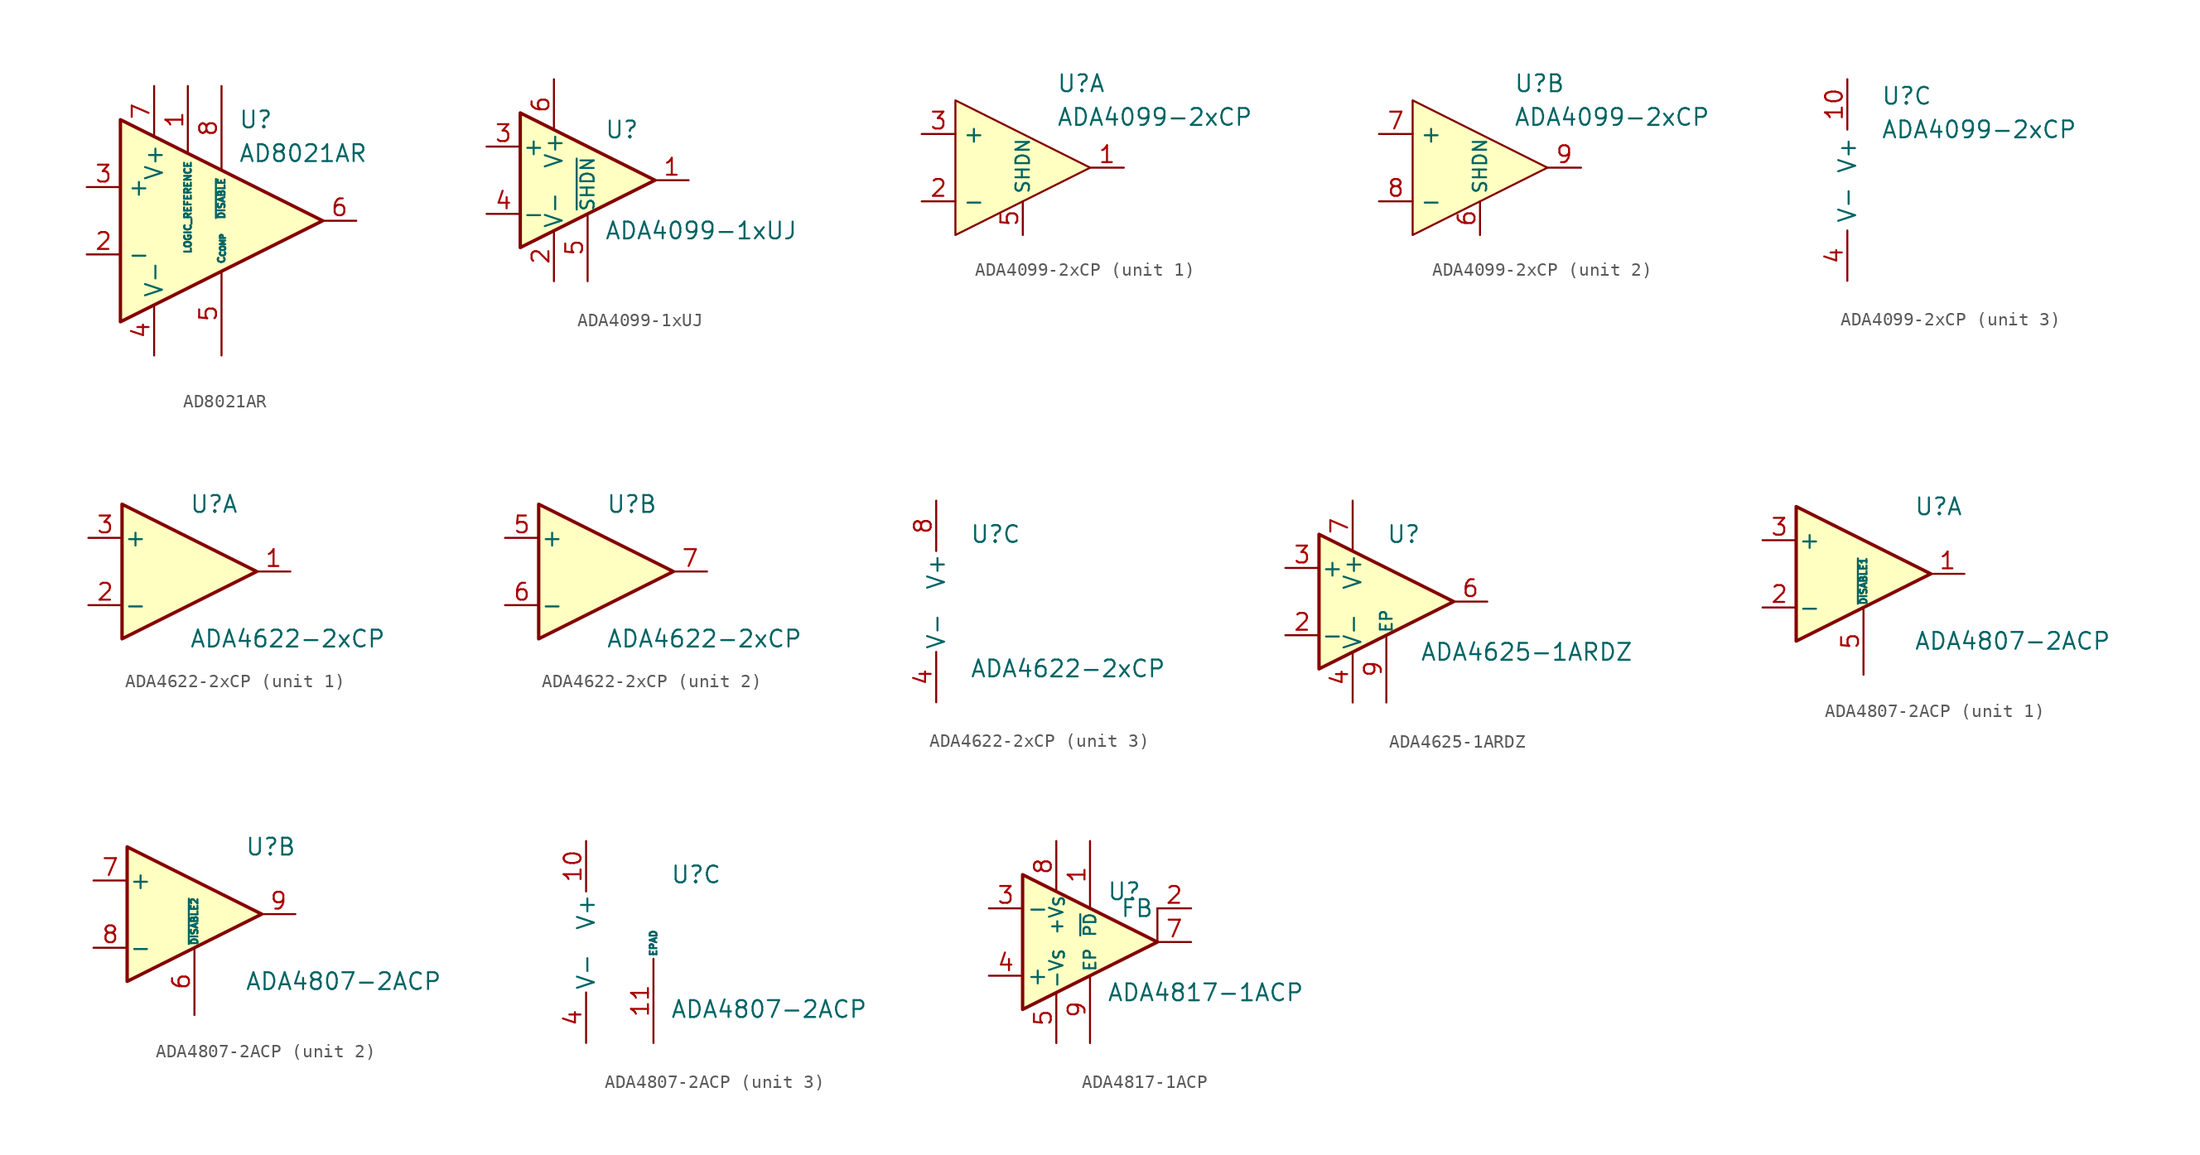
<source format=kicad_sym>
(kicad_symbol_lib
  (version 20231120)
  (generator "kicad_symbol_editor")
  (generator_version "8.0")
  (symbol "AD8021AR"
    (property "Reference" "U"
      (at 1.27 7.62 0)
      (effects (font (size 1.27 1.27)) (justify left)))
    (property "Value" "AD8021AR"
      (at 1.27 5.08 0)
      (effects (font (size 1.27 1.27)) (justify left)))
    (symbol "AD8021AR_0_1"
      (polyline (pts (xy -7.62 7.62) (xy 7.62 0) (xy -7.62 -7.62) (xy -7.62 7.62)) (stroke (width 0.254) (type default)) (fill (type background))))
    (symbol "AD8021AR_1_1"
      (pin input line (at -2.54 10.16 270) (length 5.08) (name "LOGIC_REFERENCE" (effects (font (size 0.508 0.508)))) (number "1" (effects (font (size 1.27 1.27)))))
      (pin input line (at -10.16 -2.54 0) (length 2.54) (name "-" (effects (font (size 1.27 1.27)))) (number "2" (effects (font (size 1.27 1.27)))))
      (pin input line (at -10.16 2.54 0) (length 2.54) (name "+" (effects (font (size 1.27 1.27)))) (number "3" (effects (font (size 1.27 1.27)))))
      (pin power_in line (at -5.08 -10.16 90) (length 3.81) (name "V-" (effects (font (size 1.27 1.27)))) (number "4" (effects (font (size 1.27 1.27)))))
      (pin passive line (at 0 -10.16 90) (length 6.35) (name "C_{COMP}" (effects (font (size 0.508 0.508)))) (number "5" (effects (font (size 1.27 1.27)))))
      (pin output line (at 10.16 0 180) (length 2.54) (name "~" (effects (font (size 1.27 1.27)))) (number "6" (effects (font (size 1.27 1.27)))))
      (pin power_in line (at -5.08 10.16 270) (length 3.81) (name "V+" (effects (font (size 1.27 1.27)))) (number "7" (effects (font (size 1.27 1.27)))))
      (pin input line (at 0 10.16 270) (length 6.35) (name "~{DISABLE}" (effects (font (size 0.508 0.508)))) (number "8" (effects (font (size 1.27 1.27)))))))
  (symbol "ADA4099-1xUJ"
    (pin_names
      (offset 0.127))
    (property "Reference" "U"
      (at 1.27 3.81 0)
      (effects (font (size 1.27 1.27)) (justify left)))
    (property "Value" "ADA4099-1xUJ"
      (at 1.27 -3.81 0)
      (effects (font (size 1.27 1.27)) (justify left)))
    (symbol "ADA4099-1xUJ_0_1"
      (polyline (pts (xy -5.08 5.08) (xy 5.08 0) (xy -5.08 -5.08) (xy -5.08 5.08)) (stroke (width 0.254) (type default)) (fill (type background))))
    (symbol "ADA4099-1xUJ_1_1"
      (pin output line (at 7.62 0 180) (length 2.54) (name "~" (effects (font (size 1.27 1.27)))) (number "1" (effects (font (size 1.27 1.27)))))
      (pin power_in line (at -2.54 -7.62 90) (length 3.81) (name "V-" (effects (font (size 1.27 1.27)))) (number "2" (effects (font (size 1.27 1.27)))))
      (pin input line (at -7.62 2.54 0) (length 2.54) (name "+" (effects (font (size 1.27 1.27)))) (number "3" (effects (font (size 1.27 1.27)))))
      (pin input line (at -7.62 -2.54 0) (length 2.54) (name "-" (effects (font (size 1.27 1.27)))) (number "4" (effects (font (size 1.27 1.27)))))
      (pin input line (at 0 -7.62 90) (length 5.08) (name "~{SHDN}" (effects (font (size 1 1)))) (number "5" (effects (font (size 1.27 1.27)))))
      (pin power_in line (at -2.54 7.62 270) (length 3.81) (name "V+" (effects (font (size 1.27 1.27)))) (number "6" (effects (font (size 1.27 1.27)))))))
  (symbol "ADA4099-2xCP"
    (property "Reference" "U"
      (at 2.54 6.35 0)
      (effects (font (size 1.27 1.27)) (justify left)))
    (property "Value" "ADA4099-2xCP"
      (at 2.54 3.81 0)
      (effects (font (size 1.27 1.27)) (justify left)))
    (symbol "ADA4099-2xCP_1_1"
      (polyline (pts (xy -5.08 5.08) (xy 5.08 0) (xy -5.08 -5.08) (xy -5.08 5.08)) (stroke (width 0) (type default)) (fill (type background)))
      (pin output line (at 7.62 0 180) (length 2.54) (name "~" (effects (font (size 1.27 1.27)))) (number "1" (effects (font (size 1.27 1.27)))))
      (pin input line (at -7.62 -2.54 0) (length 2.54) (name "-" (effects (font (size 1.27 1.27)))) (number "2" (effects (font (size 1.27 1.27)))))
      (pin input line (at -7.62 2.54 0) (length 2.54) (name "+" (effects (font (size 1.27 1.27)))) (number "3" (effects (font (size 1.27 1.27)))))
      (pin input line (at 0 -5.08 90) (length 2.54) (name "SHDN" (effects (font (size 1.016 1.016)))) (number "5" (effects (font (size 1.27 1.27))))))
    (symbol "ADA4099-2xCP_2_1"
      (polyline (pts (xy -5.08 5.08) (xy 5.08 0) (xy -5.08 -5.08) (xy -5.08 5.08)) (stroke (width 0) (type default)) (fill (type background)))
      (pin input line (at 0 -5.08 90) (length 2.54) (name "SHDN" (effects (font (size 1.016 1.016)))) (number "6" (effects (font (size 1.27 1.27)))))
      (pin input line (at -7.62 2.54 0) (length 2.54) (name "+" (effects (font (size 1.27 1.27)))) (number "7" (effects (font (size 1.27 1.27)))))
      (pin input line (at -7.62 -2.54 0) (length 2.54) (name "-" (effects (font (size 1.27 1.27)))) (number "8" (effects (font (size 1.27 1.27)))))
      (pin output line (at 7.62 0 180) (length 2.54) (name "~" (effects (font (size 1.27 1.27)))) (number "9" (effects (font (size 1.27 1.27))))))
    (symbol "ADA4099-2xCP_3_1"
      (pin power_in line (at 0 7.62 270) (length 3.81) (name "V+" (effects (font (size 1.27 1.27)))) (number "10" (effects (font (size 1.27 1.27)))))
      (pin passive line (at 0 -7.62 90) (length 3.81) hide (name "V-" (effects (font (size 1.27 1.27)))) (number "11" (effects (font (size 1.27 1.27)))))
      (pin power_in line (at 0 -7.62 90) (length 3.81) (name "V-" (effects (font (size 1.27 1.27)))) (number "4" (effects (font (size 1.27 1.27)))))))
  (symbol "ADA4622-2xCP"
    (pin_names
      (offset 0.127))
    (property "Reference" "U"
      (at 0 5.08 0)
      (effects (font (size 1.27 1.27)) (justify left)))
    (property "Value" "ADA4622-2xCP"
      (at 0 -5.08 0)
      (effects (font (size 1.27 1.27)) (justify left)))
    (property "ki_locked" ""
      (at 0 0 0)
      (effects (font (size 1.27 1.27))))
    (symbol "ADA4622-2xCP_1_1"
      (polyline (pts (xy -5.08 5.08) (xy 5.08 0) (xy -5.08 -5.08) (xy -5.08 5.08)) (stroke (width 0.254) (type default)) (fill (type background)))
      (pin output line (at 7.62 0 180) (length 2.54) (name "~" (effects (font (size 1.27 1.27)))) (number "1" (effects (font (size 1.27 1.27)))))
      (pin input line (at -7.62 -2.54 0) (length 2.54) (name "-" (effects (font (size 1.27 1.27)))) (number "2" (effects (font (size 1.27 1.27)))))
      (pin input line (at -7.62 2.54 0) (length 2.54) (name "+" (effects (font (size 1.27 1.27)))) (number "3" (effects (font (size 1.27 1.27))))))
    (symbol "ADA4622-2xCP_2_1"
      (polyline (pts (xy -5.08 5.08) (xy 5.08 0) (xy -5.08 -5.08) (xy -5.08 5.08)) (stroke (width 0.254) (type default)) (fill (type background)))
      (pin input line (at -7.62 2.54 0) (length 2.54) (name "+" (effects (font (size 1.27 1.27)))) (number "5" (effects (font (size 1.27 1.27)))))
      (pin input line (at -7.62 -2.54 0) (length 2.54) (name "-" (effects (font (size 1.27 1.27)))) (number "6" (effects (font (size 1.27 1.27)))))
      (pin output line (at 7.62 0 180) (length 2.54) (name "~" (effects (font (size 1.27 1.27)))) (number "7" (effects (font (size 1.27 1.27))))))
    (symbol "ADA4622-2xCP_3_1"
      (pin power_in line (at -2.54 -7.62 90) (length 3.81) (name "V-" (effects (font (size 1.27 1.27)))) (number "4" (effects (font (size 1.27 1.27)))))
      (pin power_in line (at -2.54 7.62 270) (length 3.81) (name "V+" (effects (font (size 1.27 1.27)))) (number "8" (effects (font (size 1.27 1.27)))))
      (pin passive line (at -2.54 7.62 270) (length 3.81) hide (name "V+" (effects (font (size 1.27 1.27)))) (number "9" (effects (font (size 1.27 1.27)))))))
  (symbol "ADA4625-1ARDZ"
    (pin_names
      (offset 0.127))
    (property "Reference" "U"
      (at 0 5.08 0)
      (effects (font (size 1.27 1.27)) (justify left)))
    (property "Value" "ADA4625-1ARDZ"
      (at 2.54 -3.81 0)
      (effects (font (size 1.27 1.27)) (justify left)))
    (symbol "ADA4625-1ARDZ_0_1"
      (polyline (pts (xy -5.08 5.08) (xy 5.08 0) (xy -5.08 -5.08) (xy -5.08 5.08)) (stroke (width 0.254) (type solid)) (fill (type background)))
      (pin power_in line (at -2.54 -7.62 90) (length 3.81) (name "V-" (effects (font (size 1.27 1.27)))) (number "4" (effects (font (size 1.27 1.27)))))
      (pin power_in line (at -2.54 7.62 270) (length 3.81) (name "V+" (effects (font (size 1.27 1.27)))) (number "7" (effects (font (size 1.27 1.27))))))
    (symbol "ADA4625-1ARDZ_1_1"
      (pin no_connect line (at -5.08 -2.54 90) (length 2.54) hide (name "NC" (effects (font (size 1.27 1.27)))) (number "1" (effects (font (size 1.27 1.27)))))
      (pin input line (at -7.62 -2.54 0) (length 2.54) (name "-" (effects (font (size 1.27 1.27)))) (number "2" (effects (font (size 1.27 1.27)))))
      (pin input line (at -7.62 2.54 0) (length 2.54) (name "+" (effects (font (size 1.27 1.27)))) (number "3" (effects (font (size 1.27 1.27)))))
      (pin no_connect line (at -2.54 -2.54 90) (length 2.54) hide (name "NC" (effects (font (size 1.27 1.27)))) (number "5" (effects (font (size 1.27 1.27)))))
      (pin output line (at 7.62 0 180) (length 2.54) (name "~" (effects (font (size 1.27 1.27)))) (number "6" (effects (font (size 1.27 1.27)))))
      (pin no_connect line (at 0 -2.54 90) (length 2.54) hide (name "NC" (effects (font (size 1.27 1.27)))) (number "8" (effects (font (size 1.27 1.27)))))
      (pin passive line (at 0 -7.62 90) (length 5.08) (name "EP" (effects (font (size 0.889 0.889)))) (number "9" (effects (font (size 1.27 1.27)))))))
  (symbol "ADA4807-2ACP"
    (pin_names
      (offset 0.127))
    (property "Reference" "U"
      (at 3.81 5.08 0)
      (effects (font (size 1.27 1.27)) (justify left)))
    (property "Value" "ADA4807-2ACP"
      (at 3.81 -5.08 0)
      (effects (font (size 1.27 1.27)) (justify left)))
    (property "ki_locked" ""
      (at 0 0 0)
      (effects (font (size 1.27 1.27))))
    (symbol "ADA4807-2ACP_1_1"
      (polyline (pts (xy -5.08 5.08) (xy 5.08 0) (xy -5.08 -5.08) (xy -5.08 5.08)) (stroke (width 0.254) (type default)) (fill (type background)))
      (pin output line (at 7.62 0 180) (length 2.54) (name "~" (effects (font (size 1.27 1.27)))) (number "1" (effects (font (size 1.27 1.27)))))
      (pin input line (at -7.62 -2.54 0) (length 2.54) (name "-" (effects (font (size 1.27 1.27)))) (number "2" (effects (font (size 1.27 1.27)))))
      (pin input line (at -7.62 2.54 0) (length 2.54) (name "+" (effects (font (size 1.27 1.27)))) (number "3" (effects (font (size 1.27 1.27)))))
      (pin input line (at 0 -7.62 90) (length 5.08) (name "~{DISABLE1}" (effects (font (size 0.508 0.508)))) (number "5" (effects (font (size 1.27 1.27))))))
    (symbol "ADA4807-2ACP_2_1"
      (polyline (pts (xy -5.08 5.08) (xy 5.08 0) (xy -5.08 -5.08) (xy -5.08 5.08)) (stroke (width 0.254) (type default)) (fill (type background)))
      (pin input line (at 0 -7.62 90) (length 5.08) (name "~{DISABLE2}" (effects (font (size 0.508 0.508)))) (number "6" (effects (font (size 1.27 1.27)))))
      (pin input line (at -7.62 2.54 0) (length 2.54) (name "+" (effects (font (size 1.27 1.27)))) (number "7" (effects (font (size 1.27 1.27)))))
      (pin input line (at -7.62 -2.54 0) (length 2.54) (name "-" (effects (font (size 1.27 1.27)))) (number "8" (effects (font (size 1.27 1.27)))))
      (pin output line (at 7.62 0 180) (length 2.54) (name "~" (effects (font (size 1.27 1.27)))) (number "9" (effects (font (size 1.27 1.27))))))
    (symbol "ADA4807-2ACP_3_1"
      (pin power_in line (at -2.54 7.62 270) (length 3.81) (name "V+" (effects (font (size 1.27 1.27)))) (number "10" (effects (font (size 1.27 1.27)))))
      (pin power_in line (at 2.54 -7.62 90) (length 6.35) (name "EPAD" (effects (font (size 0.508 0.508)))) (number "11" (effects (font (size 1.27 1.27)))))
      (pin power_in line (at -2.54 -7.62 90) (length 3.81) (name "V-" (effects (font (size 1.27 1.27)))) (number "4" (effects (font (size 1.27 1.27)))))))
  (symbol "ADA4817-1ACP"
    (pin_names
      (offset 0.254))
    (property "Reference" "U"
      (at 1.27 3.81 0)
      (effects (font (size 1.27 1.27)) (justify left)))
    (property "Value" "ADA4817-1ACP"
      (at 1.27 -3.81 0)
      (effects (font (size 1.27 1.27)) (justify left)))
    (symbol "ADA4817-1ACP_0_1"
      (polyline (pts (xy 5.08 0) (xy 5.08 2.54)) (stroke (width 0) (type default)) (fill (type none)))
      (polyline (pts (xy -5.08 5.08) (xy 5.08 0) (xy -5.08 -5.08) (xy -5.08 5.08)) (stroke (width 0.254) (type default)) (fill (type background))))
    (symbol "ADA4817-1ACP_1_0"
      (pin output line (at 7.62 2.54 180) (length 2.54) (name "FB" (effects (font (size 1.27 1.27)))) (number "2" (effects (font (size 1.27 1.27)))))
      (pin no_connect line (at -5.08 0 0) (length 2.54) hide (name "" (effects (font (size 1.27 1.27)))) (number "6" (effects (font (size 1.27 1.27)))))
      (pin power_in line (at 0 -7.62 90) (length 5.08) (name "EP" (effects (font (size 0.889 0.889)))) (number "9" (effects (font (size 1.27 1.27))))))
    (symbol "ADA4817-1ACP_1_1"
      (pin input line (at 0 7.62 270) (length 5.08) (name "~{PD}" (effects (font (size 0.889 0.889)))) (number "1" (effects (font (size 1.27 1.27)))))
      (pin input line (at -7.62 2.54 0) (length 2.54) (name "-" (effects (font (size 1.27 1.27)))) (number "3" (effects (font (size 1.27 1.27)))))
      (pin input line (at -7.62 -2.54 0) (length 2.54) (name "+" (effects (font (size 1.27 1.27)))) (number "4" (effects (font (size 1.27 1.27)))))
      (pin power_in line (at -2.54 -7.62 90) (length 3.81) (name "-V_{S}" (effects (font (size 1.016 1.016)))) (number "5" (effects (font (size 1.27 1.27)))))
      (pin output line (at 7.62 0 180) (length 2.54) (name "~" (effects (font (size 1.27 1.27)))) (number "7" (effects (font (size 1.27 1.27)))))
      (pin power_in line (at -2.54 7.62 270) (length 3.81) (name "+V_{S}" (effects (font (size 1.016 1.016)))) (number "8" (effects (font (size 1.27 1.27))))))))
</source>
